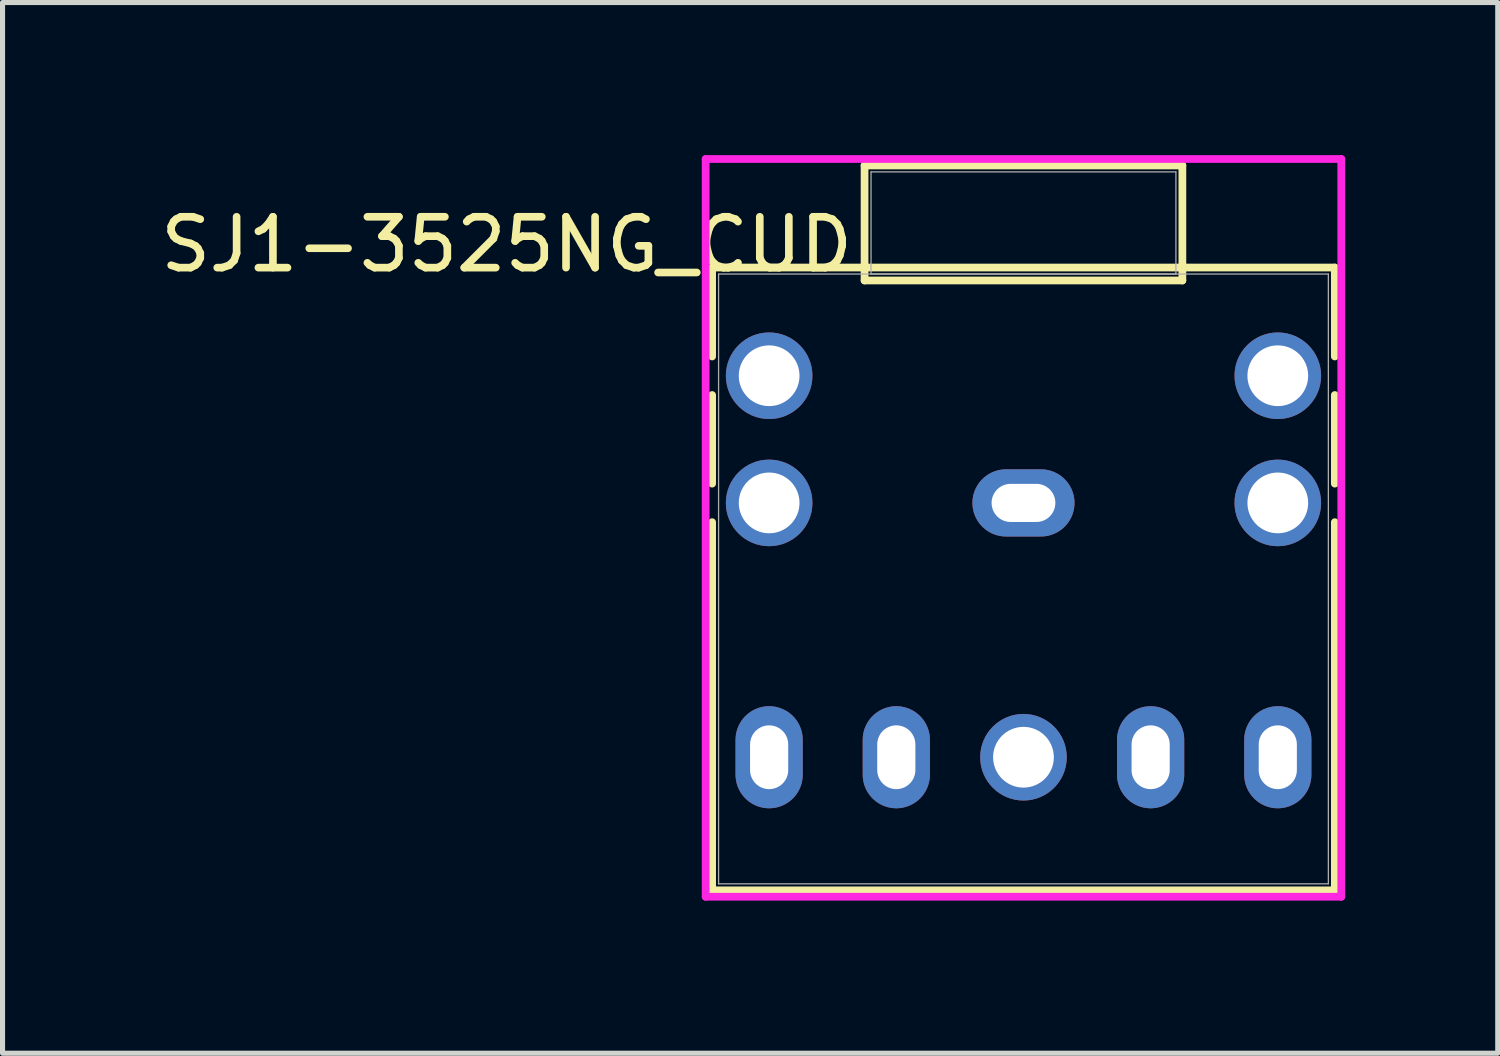
<source format=kicad_pcb>
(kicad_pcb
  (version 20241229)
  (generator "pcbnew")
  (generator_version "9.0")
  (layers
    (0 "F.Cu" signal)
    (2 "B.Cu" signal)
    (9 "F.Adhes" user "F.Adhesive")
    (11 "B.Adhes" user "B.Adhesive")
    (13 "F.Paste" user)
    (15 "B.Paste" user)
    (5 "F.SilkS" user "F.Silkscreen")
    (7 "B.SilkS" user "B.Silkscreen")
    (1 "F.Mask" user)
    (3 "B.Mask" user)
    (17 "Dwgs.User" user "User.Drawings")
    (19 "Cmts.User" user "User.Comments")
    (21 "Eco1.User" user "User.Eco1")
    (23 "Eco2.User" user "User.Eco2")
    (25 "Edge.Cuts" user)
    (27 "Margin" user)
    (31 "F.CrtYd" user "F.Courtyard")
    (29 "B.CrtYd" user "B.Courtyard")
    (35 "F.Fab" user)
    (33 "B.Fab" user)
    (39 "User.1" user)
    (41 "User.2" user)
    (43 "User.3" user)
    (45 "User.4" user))
  (footprint "SJ1-3525NG_CUD"
    (layer "F.Cu")
    (at 17.071 6.837)
    (property "Reference" "SJ1-3525NG_CUD" (at -10.16 -5.08 0) (unlocked yes) (layer "F.SilkS") (effects (font (size 1 1) (thickness 0.15))))
    (attr through_hole)
    (fp_line (start -6.121 -4.627) (end -6.121 -2.879) (stroke (width 0.152) (type solid)) (layer "F.SilkS"))
    (fp_line (start -6.121 -2.121) (end -6.121 -0.379) (stroke (width 0.152) (type solid)) (layer "F.SilkS"))
    (fp_line (start -6.121 0.379) (end -6.121 7.616) (stroke (width 0.152) (type solid)) (layer "F.SilkS"))
    (fp_line (start -6.121 7.616) (end 6.121 7.616) (stroke (width 0.152) (type solid)) (layer "F.SilkS"))
    (fp_line (start -3.124 -6.634) (end -3.124 -4.373) (stroke (width 0.152) (type solid)) (layer "F.SilkS"))
    (fp_line (start -3.124 -4.373) (end 3.124 -4.373) (stroke (width 0.152) (type solid)) (layer "F.SilkS"))
    (fp_line (start 3.124 -6.634) (end -3.124 -6.634) (stroke (width 0.152) (type solid)) (layer "F.SilkS"))
    (fp_line (start 3.124 -4.373) (end 3.124 -6.634) (stroke (width 0.152) (type solid)) (layer "F.SilkS"))
    (fp_line (start 6.121 -4.627) (end -6.121 -4.627) (stroke (width 0.152) (type solid)) (layer "F.SilkS"))
    (fp_line (start 6.121 -2.879) (end 6.121 -4.627) (stroke (width 0.152) (type solid)) (layer "F.SilkS"))
    (fp_line (start 6.121 -0.379) (end 6.121 -2.121) (stroke (width 0.152) (type solid)) (layer "F.SilkS"))
    (fp_line (start 6.121 7.616) (end 6.121 0.379) (stroke (width 0.152) (type solid)) (layer "F.SilkS"))
    (fp_line (start -6.248 -6.761) (end -6.248 7.743) (stroke (width 0.152) (type solid)) (layer "F.CrtYd"))
    (fp_line (start -6.248 7.743) (end 6.248 7.743) (stroke (width 0.152) (type solid)) (layer "F.CrtYd"))
    (fp_line (start 6.248 -6.761) (end -6.248 -6.761) (stroke (width 0.152) (type solid)) (layer "F.CrtYd"))
    (fp_line (start 6.248 7.743) (end 6.248 -6.761) (stroke (width 0.152) (type solid)) (layer "F.CrtYd"))
    (fp_line (start -5.994 -4.5) (end -5.994 7.489) (stroke (width 0.025) (type solid)) (layer "F.Fab"))
    (fp_line (start -5.994 7.489) (end 5.994 7.489) (stroke (width 0.025) (type solid)) (layer "F.Fab"))
    (fp_line (start -2.997 -6.507) (end -2.997 -4.5) (stroke (width 0.025) (type solid)) (layer "F.Fab"))
    (fp_line (start -2.997 -4.5) (end 2.997 -4.5) (stroke (width 0.025) (type solid)) (layer "F.Fab"))
    (fp_line (start 2.997 -6.507) (end -2.997 -6.507) (stroke (width 0.025) (type solid)) (layer "F.Fab"))
    (fp_line (start 2.997 -4.5) (end 2.997 -6.507) (stroke (width 0.025) (type solid)) (layer "F.Fab"))
    (fp_line (start 5.994 -4.5) (end -5.994 -4.5) (stroke (width 0.025) (type solid)) (layer "F.Fab"))
    (fp_line (start 5.994 7.489) (end 5.994 -4.5) (stroke (width 0.025) (type solid)) (layer "F.Fab"))
    (pad "1" thru_hole oval (at 0 0) (size 2.007 1.321) (drill oval 1.254 0.75) (layers "*.Cu" "*.Mask"))
    (pad "2" thru_hole oval (at -5 5 90) (size 2.007 1.321) (drill oval 1.254 0.75) (layers "*.Cu" "*.Mask"))
    (pad "3" thru_hole oval (at 5 5 90) (size 2.007 1.321) (drill oval 1.254 0.75) (layers "*.Cu" "*.Mask"))
    (pad "4" thru_hole oval (at -2.5 5 90) (size 2.007 1.321) (drill oval 1.254 0.75) (layers "*.Cu" "*.Mask"))
    (pad "5" thru_hole oval (at 2.5 5 90) (size 2.007 1.321) (drill oval 1.254 0.75) (layers "*.Cu" "*.Mask"))
    (pad "6" thru_hole circle (at -5 -2.5) (size 1.702 1.702) (drill 1.194) (layers "*.Cu" "*.Mask"))
    (pad "7" thru_hole circle (at 5 -2.5) (size 1.702 1.702) (drill 1.194) (layers "*.Cu" "*.Mask"))
    (pad "8" thru_hole circle (at -5 0) (size 1.702 1.702) (drill 1.194) (layers "*.Cu" "*.Mask"))
    (pad "9" thru_hole circle (at 5 0) (size 1.702 1.702) (drill 1.194) (layers "*.Cu" "*.Mask"))
    (pad "10" thru_hole circle (at 0 5) (size 1.702 1.702) (drill 1.194) (layers "*.Cu" "*.Mask")))
  (gr_rect
    (start -3 -3)
    (end 26.395 17.656)
    (stroke (width 0.1) (type default))
    (fill no)
    (layer "Edge.Cuts")))
</source>
